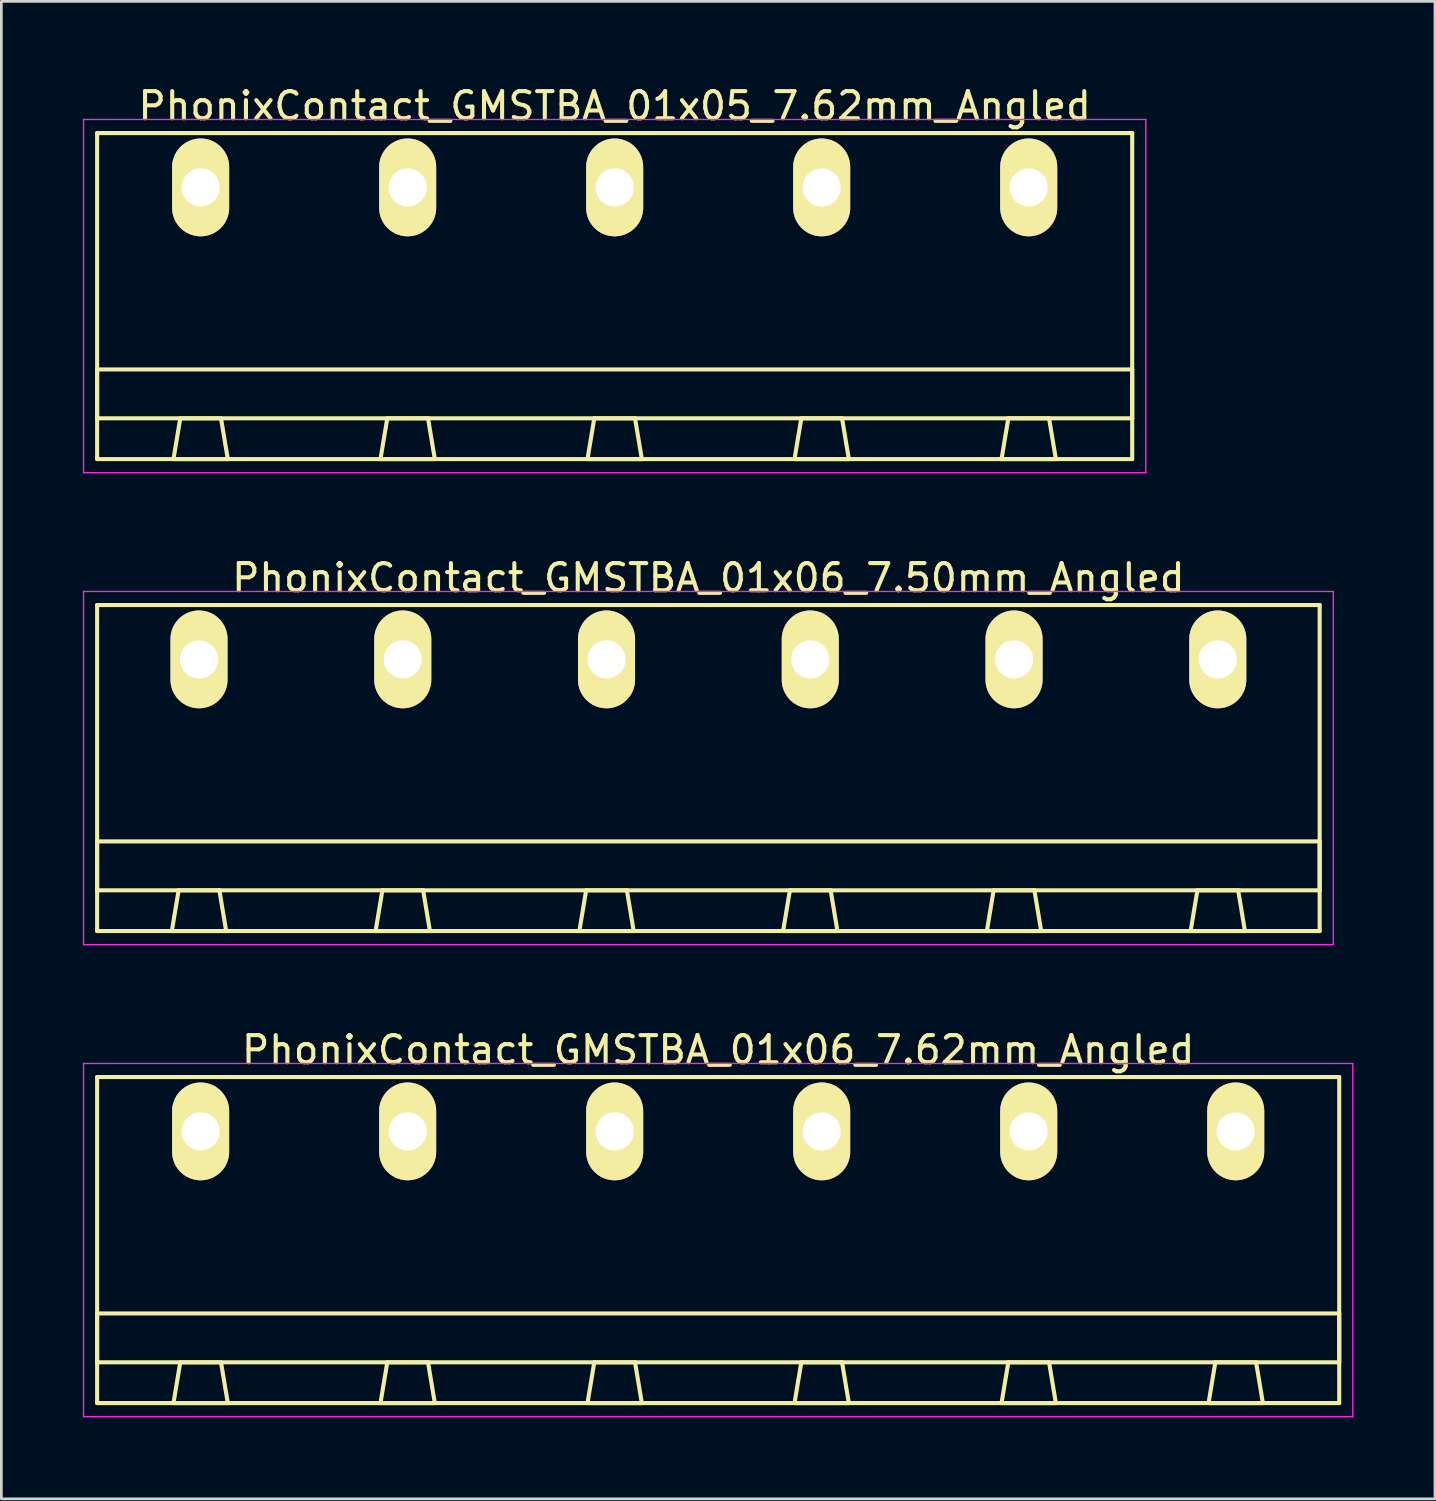
<source format=kicad_pcb>
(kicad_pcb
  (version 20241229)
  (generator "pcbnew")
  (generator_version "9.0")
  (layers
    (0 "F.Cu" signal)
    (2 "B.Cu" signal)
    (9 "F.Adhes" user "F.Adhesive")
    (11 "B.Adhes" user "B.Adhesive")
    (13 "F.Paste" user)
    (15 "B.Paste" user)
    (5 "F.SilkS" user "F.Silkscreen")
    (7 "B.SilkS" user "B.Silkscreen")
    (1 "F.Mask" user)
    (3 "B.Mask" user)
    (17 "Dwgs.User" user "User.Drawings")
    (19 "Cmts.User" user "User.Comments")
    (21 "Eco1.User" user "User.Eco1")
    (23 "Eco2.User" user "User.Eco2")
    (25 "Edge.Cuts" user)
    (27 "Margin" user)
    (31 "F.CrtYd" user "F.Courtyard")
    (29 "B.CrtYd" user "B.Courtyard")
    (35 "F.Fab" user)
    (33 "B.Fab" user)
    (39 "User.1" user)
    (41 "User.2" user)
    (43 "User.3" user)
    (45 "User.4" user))
  (footprint "PhonixContact_GMSTBA_01x06_7.62mm_Angled"
    (layer "F.Cu")
    (at 4.335 38.595)
    (property "Reference" "PhonixContact_GMSTBA_01x06_7.62mm_Angled" (at 19.05 -3 0) (layer "F.SilkS") (effects (font (size 1 1) (thickness 0.15))))
    (attr through_hole)
    (fp_line (start -3.81 -2) (end -3.81 10) (stroke (width 0.15) (type solid)) (layer "F.SilkS"))
    (fp_line (start -3.81 6.7) (end 41.91 6.7) (stroke (width 0.15) (type solid)) (layer "F.SilkS"))
    (fp_line (start -3.81 8.5) (end -3.81 6.7) (stroke (width 0.15) (type solid)) (layer "F.SilkS"))
    (fp_line (start -3.81 10) (end 41.91 10) (stroke (width 0.15) (type solid)) (layer "F.SilkS"))
    (fp_line (start -1 10) (end 1 10) (stroke (width 0.15) (type solid)) (layer "F.SilkS"))
    (fp_line (start -0.75 8.5) (end -1 10) (stroke (width 0.15) (type solid)) (layer "F.SilkS"))
    (fp_line (start 0.75 8.5) (end -0.75 8.5) (stroke (width 0.15) (type solid)) (layer "F.SilkS"))
    (fp_line (start 1 10) (end 0.75 8.5) (stroke (width 0.15) (type solid)) (layer "F.SilkS"))
    (fp_line (start 6.62 10) (end 8.62 10) (stroke (width 0.15) (type solid)) (layer "F.SilkS"))
    (fp_line (start 6.87 8.5) (end 6.62 10) (stroke (width 0.15) (type solid)) (layer "F.SilkS"))
    (fp_line (start 8.37 8.5) (end 6.87 8.5) (stroke (width 0.15) (type solid)) (layer "F.SilkS"))
    (fp_line (start 8.62 10) (end 8.37 8.5) (stroke (width 0.15) (type solid)) (layer "F.SilkS"))
    (fp_line (start 14.24 10) (end 16.24 10) (stroke (width 0.15) (type solid)) (layer "F.SilkS"))
    (fp_line (start 14.49 8.5) (end 14.24 10) (stroke (width 0.15) (type solid)) (layer "F.SilkS"))
    (fp_line (start 15.99 8.5) (end 14.49 8.5) (stroke (width 0.15) (type solid)) (layer "F.SilkS"))
    (fp_line (start 16.24 10) (end 15.99 8.5) (stroke (width 0.15) (type solid)) (layer "F.SilkS"))
    (fp_line (start 21.86 10) (end 23.86 10) (stroke (width 0.15) (type solid)) (layer "F.SilkS"))
    (fp_line (start 22.11 8.5) (end 21.86 10) (stroke (width 0.15) (type solid)) (layer "F.SilkS"))
    (fp_line (start 23.61 8.5) (end 22.11 8.5) (stroke (width 0.15) (type solid)) (layer "F.SilkS"))
    (fp_line (start 23.86 10) (end 23.61 8.5) (stroke (width 0.15) (type solid)) (layer "F.SilkS"))
    (fp_line (start 29.48 10) (end 31.48 10) (stroke (width 0.15) (type solid)) (layer "F.SilkS"))
    (fp_line (start 29.73 8.5) (end 29.48 10) (stroke (width 0.15) (type solid)) (layer "F.SilkS"))
    (fp_line (start 31.23 8.5) (end 29.73 8.5) (stroke (width 0.15) (type solid)) (layer "F.SilkS"))
    (fp_line (start 31.48 10) (end 31.23 8.5) (stroke (width 0.15) (type solid)) (layer "F.SilkS"))
    (fp_line (start 37.1 10) (end 39.1 10) (stroke (width 0.15) (type solid)) (layer "F.SilkS"))
    (fp_line (start 37.35 8.5) (end 37.1 10) (stroke (width 0.15) (type solid)) (layer "F.SilkS"))
    (fp_line (start 38.85 8.5) (end 37.35 8.5) (stroke (width 0.15) (type solid)) (layer "F.SilkS"))
    (fp_line (start 39.1 10) (end 38.85 8.5) (stroke (width 0.15) (type solid)) (layer "F.SilkS"))
    (fp_line (start 41.91 -2) (end -3.81 -2) (stroke (width 0.15) (type solid)) (layer "F.SilkS"))
    (fp_line (start 41.91 6.7) (end 41.91 8.5) (stroke (width 0.15) (type solid)) (layer "F.SilkS"))
    (fp_line (start 41.91 8.5) (end -3.81 8.5) (stroke (width 0.15) (type solid)) (layer "F.SilkS"))
    (fp_line (start 41.91 10) (end 41.91 -2) (stroke (width 0.15) (type solid)) (layer "F.SilkS"))
    (fp_line (start -4.31 -2.5) (end -4.31 10.5) (stroke (width 0.05) (type solid)) (layer "F.CrtYd"))
    (fp_line (start -4.31 10.5) (end 42.41 10.5) (stroke (width 0.05) (type solid)) (layer "F.CrtYd"))
    (fp_line (start 42.41 -2.5) (end -4.31 -2.5) (stroke (width 0.05) (type solid)) (layer "F.CrtYd"))
    (fp_line (start 42.41 10.5) (end 42.41 -2.5) (stroke (width 0.05) (type solid)) (layer "F.CrtYd"))
    (pad "1" thru_hole oval (at 0 0) (size 2.1 3.6) (drill 1.4) (layers "*.Cu" "*.Mask" "F.SilkS"))
    (pad "2" thru_hole oval (at 7.62 0) (size 2.1 3.6) (drill 1.4) (layers "*.Cu" "*.Mask" "F.SilkS"))
    (pad "3" thru_hole oval (at 15.24 0) (size 2.1 3.6) (drill 1.4) (layers "*.Cu" "*.Mask" "F.SilkS"))
    (pad "4" thru_hole oval (at 22.86 0) (size 2.1 3.6) (drill 1.4) (layers "*.Cu" "*.Mask" "F.SilkS"))
    (pad "5" thru_hole oval (at 30.48 0) (size 2.1 3.6) (drill 1.4) (layers "*.Cu" "*.Mask" "F.SilkS"))
    (pad "6" thru_hole oval (at 38.1 0) (size 2.1 3.6) (drill 1.4) (layers "*.Cu" "*.Mask" "F.SilkS")))
  (footprint "PhonixContact_GMSTBA_01x05_7.62mm_Angled"
    (layer "F.Cu")
    (at 4.335 3.848)
    (property "Reference" "PhonixContact_GMSTBA_01x05_7.62mm_Angled" (at 15.24 -3 0) (layer "F.SilkS") (effects (font (size 1 1) (thickness 0.15))))
    (attr through_hole)
    (fp_line (start -3.81 -2) (end -3.81 10) (stroke (width 0.15) (type solid)) (layer "F.SilkS"))
    (fp_line (start -3.81 6.7) (end 34.29 6.7) (stroke (width 0.15) (type solid)) (layer "F.SilkS"))
    (fp_line (start -3.81 8.5) (end -3.81 6.7) (stroke (width 0.15) (type solid)) (layer "F.SilkS"))
    (fp_line (start -3.81 10) (end 34.29 10) (stroke (width 0.15) (type solid)) (layer "F.SilkS"))
    (fp_line (start -1 10) (end 1 10) (stroke (width 0.15) (type solid)) (layer "F.SilkS"))
    (fp_line (start -0.75 8.5) (end -1 10) (stroke (width 0.15) (type solid)) (layer "F.SilkS"))
    (fp_line (start 0.75 8.5) (end -0.75 8.5) (stroke (width 0.15) (type solid)) (layer "F.SilkS"))
    (fp_line (start 1 10) (end 0.75 8.5) (stroke (width 0.15) (type solid)) (layer "F.SilkS"))
    (fp_line (start 6.62 10) (end 8.62 10) (stroke (width 0.15) (type solid)) (layer "F.SilkS"))
    (fp_line (start 6.87 8.5) (end 6.62 10) (stroke (width 0.15) (type solid)) (layer "F.SilkS"))
    (fp_line (start 8.37 8.5) (end 6.87 8.5) (stroke (width 0.15) (type solid)) (layer "F.SilkS"))
    (fp_line (start 8.62 10) (end 8.37 8.5) (stroke (width 0.15) (type solid)) (layer "F.SilkS"))
    (fp_line (start 14.24 10) (end 16.24 10) (stroke (width 0.15) (type solid)) (layer "F.SilkS"))
    (fp_line (start 14.49 8.5) (end 14.24 10) (stroke (width 0.15) (type solid)) (layer "F.SilkS"))
    (fp_line (start 15.99 8.5) (end 14.49 8.5) (stroke (width 0.15) (type solid)) (layer "F.SilkS"))
    (fp_line (start 16.24 10) (end 15.99 8.5) (stroke (width 0.15) (type solid)) (layer "F.SilkS"))
    (fp_line (start 21.86 10) (end 23.86 10) (stroke (width 0.15) (type solid)) (layer "F.SilkS"))
    (fp_line (start 22.11 8.5) (end 21.86 10) (stroke (width 0.15) (type solid)) (layer "F.SilkS"))
    (fp_line (start 23.61 8.5) (end 22.11 8.5) (stroke (width 0.15) (type solid)) (layer "F.SilkS"))
    (fp_line (start 23.86 10) (end 23.61 8.5) (stroke (width 0.15) (type solid)) (layer "F.SilkS"))
    (fp_line (start 29.48 10) (end 31.48 10) (stroke (width 0.15) (type solid)) (layer "F.SilkS"))
    (fp_line (start 29.73 8.5) (end 29.48 10) (stroke (width 0.15) (type solid)) (layer "F.SilkS"))
    (fp_line (start 31.23 8.5) (end 29.73 8.5) (stroke (width 0.15) (type solid)) (layer "F.SilkS"))
    (fp_line (start 31.48 10) (end 31.23 8.5) (stroke (width 0.15) (type solid)) (layer "F.SilkS"))
    (fp_line (start 34.29 -2) (end -3.81 -2) (stroke (width 0.15) (type solid)) (layer "F.SilkS"))
    (fp_line (start 34.29 6.7) (end 34.29 8.5) (stroke (width 0.15) (type solid)) (layer "F.SilkS"))
    (fp_line (start 34.29 8.5) (end -3.81 8.5) (stroke (width 0.15) (type solid)) (layer "F.SilkS"))
    (fp_line (start 34.29 10) (end 34.29 -2) (stroke (width 0.15) (type solid)) (layer "F.SilkS"))
    (fp_line (start -4.31 -2.5) (end -4.31 10.5) (stroke (width 0.05) (type solid)) (layer "F.CrtYd"))
    (fp_line (start -4.31 10.5) (end 34.79 10.5) (stroke (width 0.05) (type solid)) (layer "F.CrtYd"))
    (fp_line (start 34.79 -2.5) (end -4.31 -2.5) (stroke (width 0.05) (type solid)) (layer "F.CrtYd"))
    (fp_line (start 34.79 10.5) (end 34.79 -2.5) (stroke (width 0.05) (type solid)) (layer "F.CrtYd"))
    (pad "1" thru_hole oval (at 0 0) (size 2.1 3.6) (drill 1.4) (layers "*.Cu" "*.Mask" "F.SilkS"))
    (pad "2" thru_hole oval (at 7.62 0) (size 2.1 3.6) (drill 1.4) (layers "*.Cu" "*.Mask" "F.SilkS"))
    (pad "3" thru_hole oval (at 15.24 0) (size 2.1 3.6) (drill 1.4) (layers "*.Cu" "*.Mask" "F.SilkS"))
    (pad "4" thru_hole oval (at 22.86 0) (size 2.1 3.6) (drill 1.4) (layers "*.Cu" "*.Mask" "F.SilkS"))
    (pad "5" thru_hole oval (at 30.48 0) (size 2.1 3.6) (drill 1.4) (layers "*.Cu" "*.Mask" "F.SilkS")))
  (footprint "PhonixContact_GMSTBA_01x06_7.50mm_Angled"
    (layer "F.Cu")
    (at 4.275 21.221)
    (property "Reference" "PhonixContact_GMSTBA_01x06_7.50mm_Angled" (at 18.75 -3 0) (layer "F.SilkS") (effects (font (size 1 1) (thickness 0.15))))
    (attr through_hole)
    (fp_line (start -3.75 -2) (end -3.75 10) (stroke (width 0.15) (type solid)) (layer "F.SilkS"))
    (fp_line (start -3.75 6.7) (end 41.25 6.7) (stroke (width 0.15) (type solid)) (layer "F.SilkS"))
    (fp_line (start -3.75 8.5) (end -3.75 6.7) (stroke (width 0.15) (type solid)) (layer "F.SilkS"))
    (fp_line (start -3.75 10) (end 41.25 10) (stroke (width 0.15) (type solid)) (layer "F.SilkS"))
    (fp_line (start -1 10) (end 1 10) (stroke (width 0.15) (type solid)) (layer "F.SilkS"))
    (fp_line (start -0.75 8.5) (end -1 10) (stroke (width 0.15) (type solid)) (layer "F.SilkS"))
    (fp_line (start 0.75 8.5) (end -0.75 8.5) (stroke (width 0.15) (type solid)) (layer "F.SilkS"))
    (fp_line (start 1 10) (end 0.75 8.5) (stroke (width 0.15) (type solid)) (layer "F.SilkS"))
    (fp_line (start 6.5 10) (end 8.5 10) (stroke (width 0.15) (type solid)) (layer "F.SilkS"))
    (fp_line (start 6.75 8.5) (end 6.5 10) (stroke (width 0.15) (type solid)) (layer "F.SilkS"))
    (fp_line (start 8.25 8.5) (end 6.75 8.5) (stroke (width 0.15) (type solid)) (layer "F.SilkS"))
    (fp_line (start 8.5 10) (end 8.25 8.5) (stroke (width 0.15) (type solid)) (layer "F.SilkS"))
    (fp_line (start 14 10) (end 16 10) (stroke (width 0.15) (type solid)) (layer "F.SilkS"))
    (fp_line (start 14.25 8.5) (end 14 10) (stroke (width 0.15) (type solid)) (layer "F.SilkS"))
    (fp_line (start 15.75 8.5) (end 14.25 8.5) (stroke (width 0.15) (type solid)) (layer "F.SilkS"))
    (fp_line (start 16 10) (end 15.75 8.5) (stroke (width 0.15) (type solid)) (layer "F.SilkS"))
    (fp_line (start 21.5 10) (end 23.5 10) (stroke (width 0.15) (type solid)) (layer "F.SilkS"))
    (fp_line (start 21.75 8.5) (end 21.5 10) (stroke (width 0.15) (type solid)) (layer "F.SilkS"))
    (fp_line (start 23.25 8.5) (end 21.75 8.5) (stroke (width 0.15) (type solid)) (layer "F.SilkS"))
    (fp_line (start 23.5 10) (end 23.25 8.5) (stroke (width 0.15) (type solid)) (layer "F.SilkS"))
    (fp_line (start 29 10) (end 31 10) (stroke (width 0.15) (type solid)) (layer "F.SilkS"))
    (fp_line (start 29.25 8.5) (end 29 10) (stroke (width 0.15) (type solid)) (layer "F.SilkS"))
    (fp_line (start 30.75 8.5) (end 29.25 8.5) (stroke (width 0.15) (type solid)) (layer "F.SilkS"))
    (fp_line (start 31 10) (end 30.75 8.5) (stroke (width 0.15) (type solid)) (layer "F.SilkS"))
    (fp_line (start 36.5 10) (end 38.5 10) (stroke (width 0.15) (type solid)) (layer "F.SilkS"))
    (fp_line (start 36.75 8.5) (end 36.5 10) (stroke (width 0.15) (type solid)) (layer "F.SilkS"))
    (fp_line (start 38.25 8.5) (end 36.75 8.5) (stroke (width 0.15) (type solid)) (layer "F.SilkS"))
    (fp_line (start 38.5 10) (end 38.25 8.5) (stroke (width 0.15) (type solid)) (layer "F.SilkS"))
    (fp_line (start 41.25 -2) (end -3.75 -2) (stroke (width 0.15) (type solid)) (layer "F.SilkS"))
    (fp_line (start 41.25 6.7) (end 41.25 8.5) (stroke (width 0.15) (type solid)) (layer "F.SilkS"))
    (fp_line (start 41.25 8.5) (end -3.75 8.5) (stroke (width 0.15) (type solid)) (layer "F.SilkS"))
    (fp_line (start 41.25 10) (end 41.25 -2) (stroke (width 0.15) (type solid)) (layer "F.SilkS"))
    (fp_line (start -4.25 -2.5) (end -4.25 10.5) (stroke (width 0.05) (type solid)) (layer "F.CrtYd"))
    (fp_line (start -4.25 10.5) (end 41.75 10.5) (stroke (width 0.05) (type solid)) (layer "F.CrtYd"))
    (fp_line (start 41.75 -2.5) (end -4.25 -2.5) (stroke (width 0.05) (type solid)) (layer "F.CrtYd"))
    (fp_line (start 41.75 10.5) (end 41.75 -2.5) (stroke (width 0.05) (type solid)) (layer "F.CrtYd"))
    (pad "1" thru_hole oval (at 0 0) (size 2.1 3.6) (drill 1.4) (layers "*.Cu" "*.Mask" "F.SilkS"))
    (pad "2" thru_hole oval (at 7.5 0) (size 2.1 3.6) (drill 1.4) (layers "*.Cu" "*.Mask" "F.SilkS"))
    (pad "3" thru_hole oval (at 15 0) (size 2.1 3.6) (drill 1.4) (layers "*.Cu" "*.Mask" "F.SilkS"))
    (pad "4" thru_hole oval (at 22.5 0) (size 2.1 3.6) (drill 1.4) (layers "*.Cu" "*.Mask" "F.SilkS"))
    (pad "5" thru_hole oval (at 30 0) (size 2.1 3.6) (drill 1.4) (layers "*.Cu" "*.Mask" "F.SilkS"))
    (pad "6" thru_hole oval (at 37.5 0) (size 2.1 3.6) (drill 1.4) (layers "*.Cu" "*.Mask" "F.SilkS")))
  (gr_rect
    (start -3 -3)
    (end 49.77 52.12)
    (stroke (width 0.1) (type default))
    (fill no)
    (layer "Edge.Cuts")))
</source>
